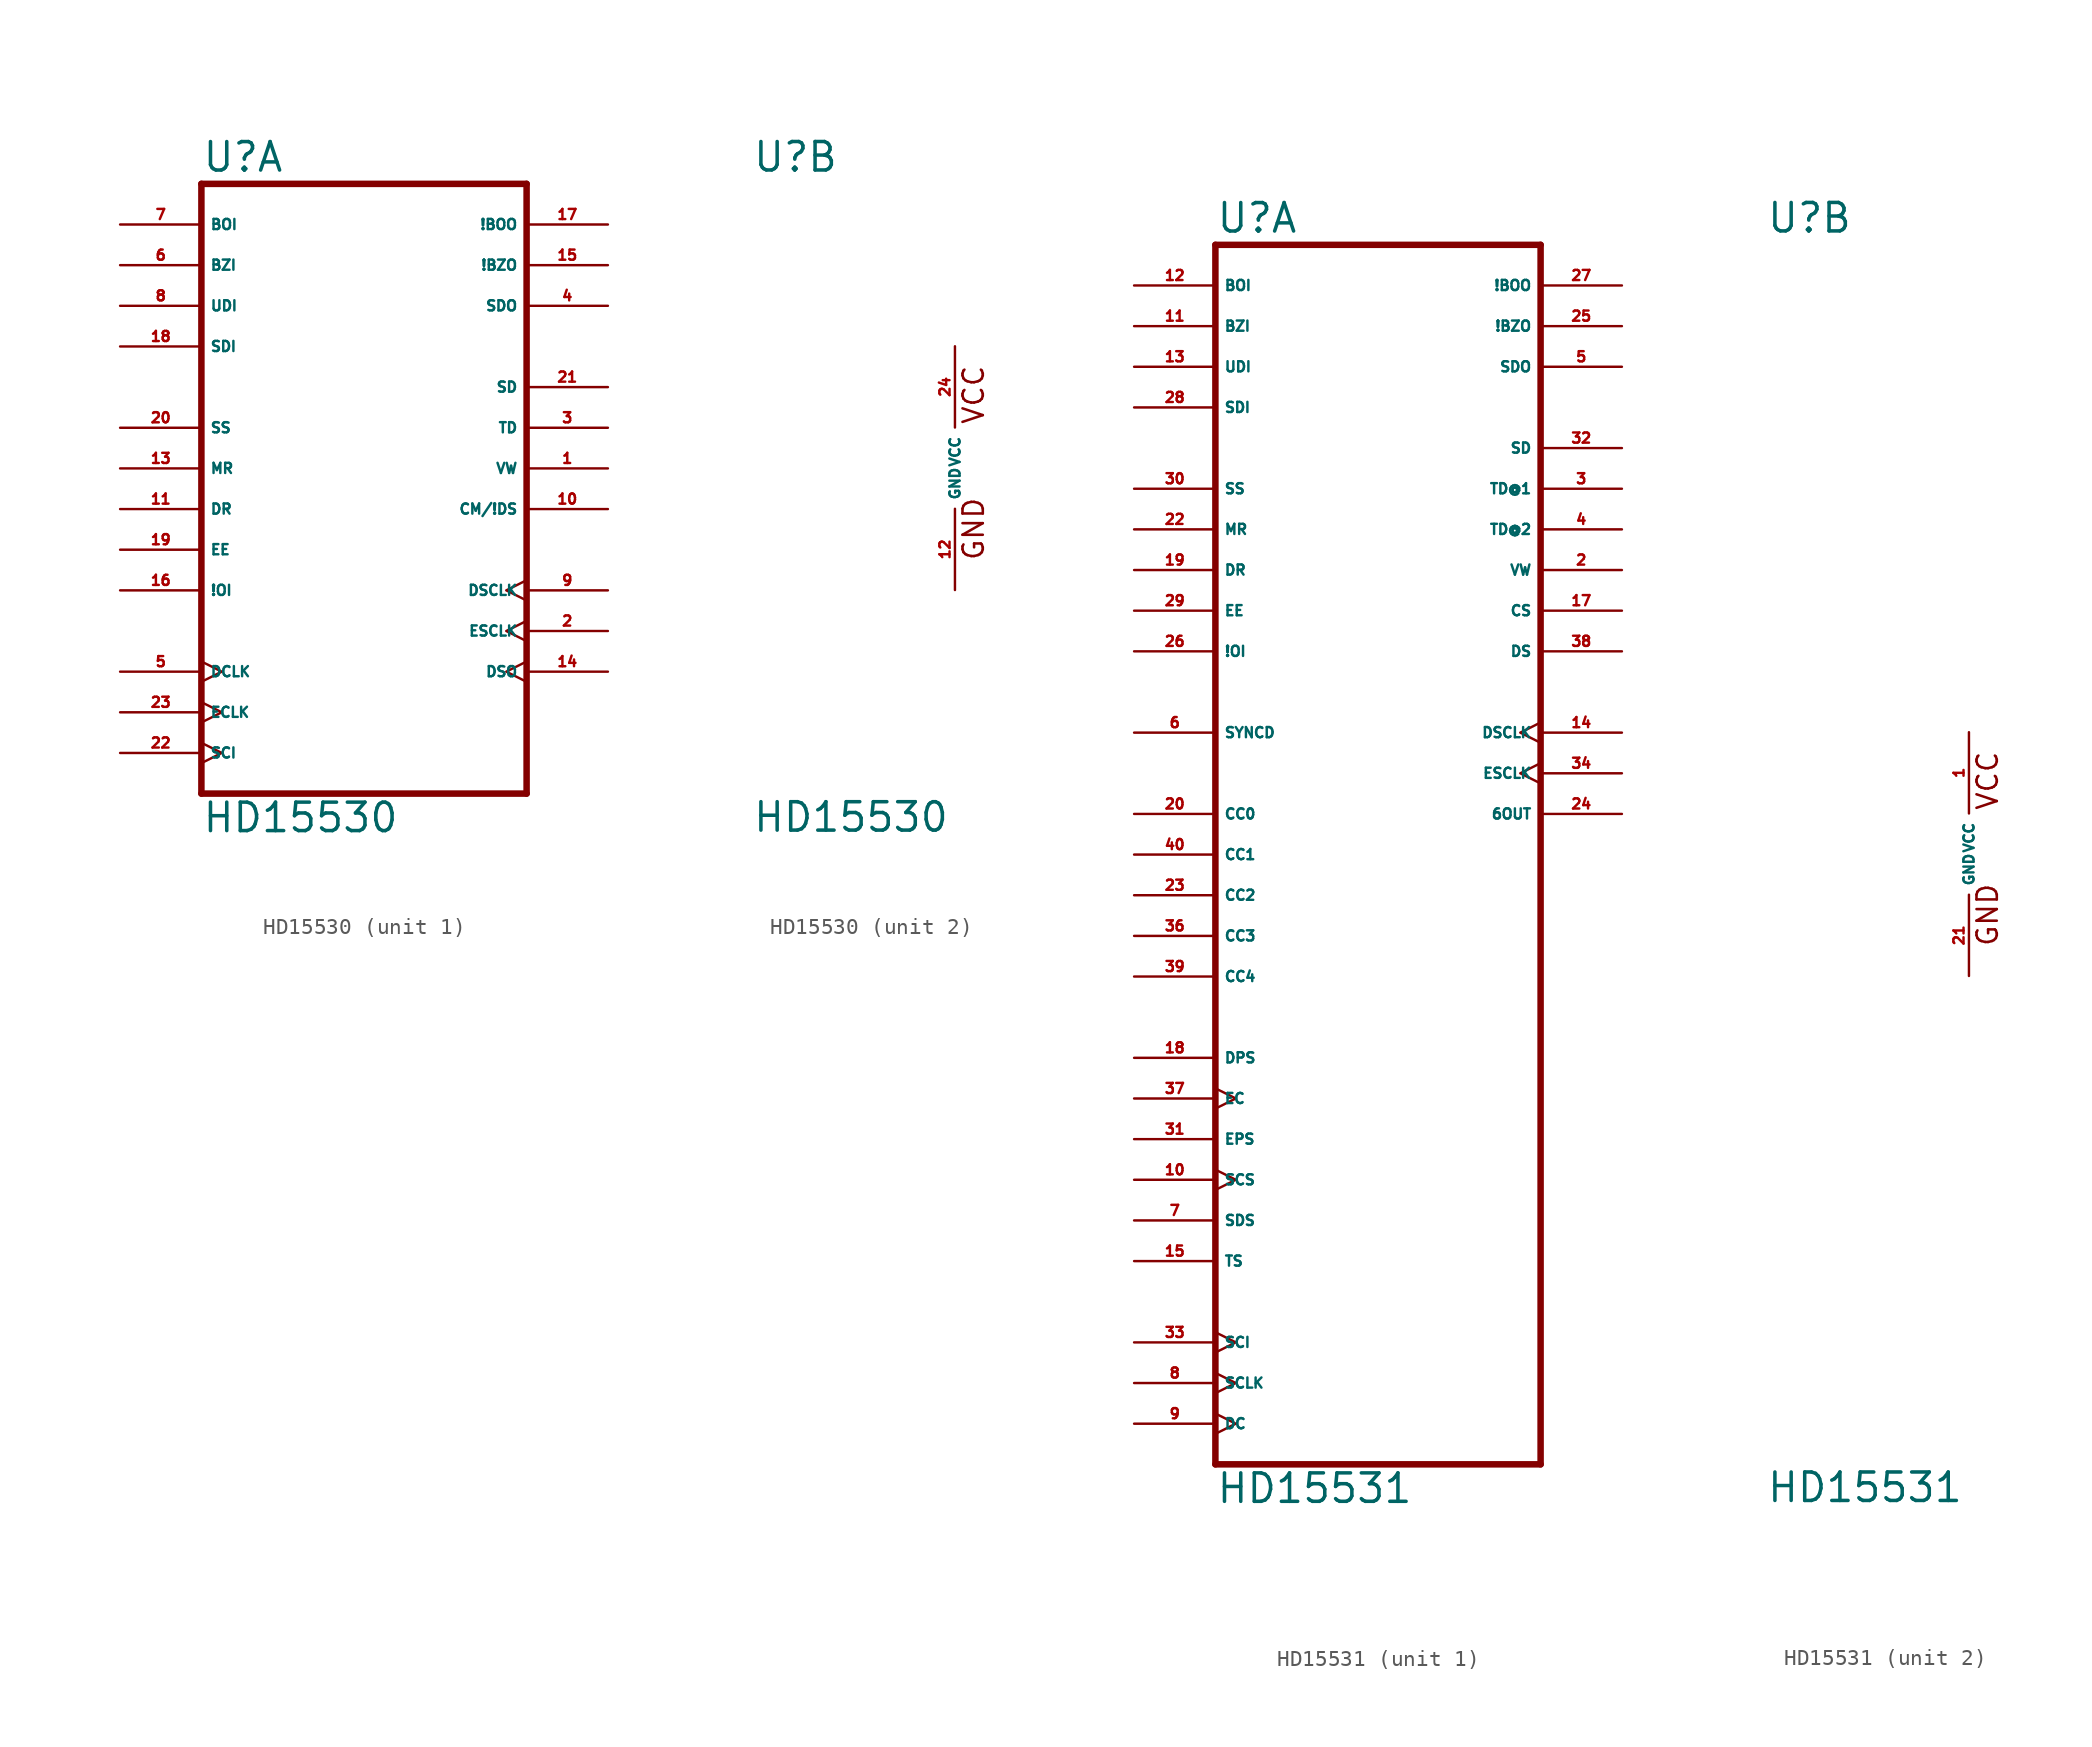
<source format=kicad_sym>
(kicad_symbol_lib
  (version 20220914)
  (generator Eagle2Kicad)
  (symbol "HD15530"
    (property "Reference" "U"
      (at -12.7 18.415 0)
      (effects (font (size 1.778 1.778) (thickness 0.22)) (justify left bottom)))
    (property "Value" "HD15530"
      (at -12.7 -22.86 0)
      (effects (font (size 1.778 1.778) (thickness 0.22)) (justify left bottom)))
    (symbol "HD15530_1_0"
      (polyline (pts (xy -12.7 -20.32) (xy 7.62 -20.32)) (stroke (width 0.406) (type default)) (fill (type none)))
      (polyline (pts (xy 7.62 -20.32) (xy 7.62 17.78)) (stroke (width 0.406) (type default)) (fill (type none)))
      (polyline (pts (xy 7.62 17.78) (xy -12.7 17.78)) (stroke (width 0.406) (type default)) (fill (type none)))
      (polyline (pts (xy -12.7 17.78) (xy -12.7 -20.32)) (stroke (width 0.406) (type default)) (fill (type none)))
      (pin output line (at 12.7 0 180) (length 5.08) (name "VW" (effects (font (size 0.635 0.635) (thickness 0.08)) (justify left bottom))) (number "1" (effects (font (size 0.635 0.635) (thickness 0.08)) (justify left bottom))))
      (pin output clock (at 12.7 -10.16 180) (length 5.08) (name "ESCLK" (effects (font (size 0.635 0.635) (thickness 0.08)) (justify left bottom))) (number "2" (effects (font (size 0.635 0.635) (thickness 0.08)) (justify left bottom))))
      (pin output line (at 12.7 2.54 180) (length 5.08) (name "TD" (effects (font (size 0.635 0.635) (thickness 0.08)) (justify left bottom))) (number "3" (effects (font (size 0.635 0.635) (thickness 0.08)) (justify left bottom))))
      (pin output line (at 12.7 10.16 180) (length 5.08) (name "SDO" (effects (font (size 0.635 0.635) (thickness 0.08)) (justify left bottom))) (number "4" (effects (font (size 0.635 0.635) (thickness 0.08)) (justify left bottom))))
      (pin input clock (at -17.78 -12.7 0) (length 5.08) (name "DCLK" (effects (font (size 0.635 0.635) (thickness 0.08)) (justify left bottom))) (number "5" (effects (font (size 0.635 0.635) (thickness 0.08)) (justify left bottom))))
      (pin input line (at -17.78 12.7 0) (length 5.08) (name "BZI" (effects (font (size 0.635 0.635) (thickness 0.08)) (justify left bottom))) (number "6" (effects (font (size 0.635 0.635) (thickness 0.08)) (justify left bottom))))
      (pin input line (at -17.78 15.24 0) (length 5.08) (name "BOI" (effects (font (size 0.635 0.635) (thickness 0.08)) (justify left bottom))) (number "7" (effects (font (size 0.635 0.635) (thickness 0.08)) (justify left bottom))))
      (pin input line (at -17.78 10.16 0) (length 5.08) (name "UDI" (effects (font (size 0.635 0.635) (thickness 0.08)) (justify left bottom))) (number "8" (effects (font (size 0.635 0.635) (thickness 0.08)) (justify left bottom))))
      (pin output clock (at 12.7 -7.62 180) (length 5.08) (name "DSCLK" (effects (font (size 0.635 0.635) (thickness 0.08)) (justify left bottom))) (number "9" (effects (font (size 0.635 0.635) (thickness 0.08)) (justify left bottom))))
      (pin output line (at 12.7 -2.54 180) (length 5.08) (name "CM/!DS" (effects (font (size 0.635 0.635) (thickness 0.08)) (justify left bottom))) (number "10" (effects (font (size 0.635 0.635) (thickness 0.08)) (justify left bottom))))
      (pin input line (at -17.78 -2.54 0) (length 5.08) (name "DR" (effects (font (size 0.635 0.635) (thickness 0.08)) (justify left bottom))) (number "11" (effects (font (size 0.635 0.635) (thickness 0.08)) (justify left bottom))))
      (pin input line (at -17.78 0 0) (length 5.08) (name "MR" (effects (font (size 0.635 0.635) (thickness 0.08)) (justify left bottom))) (number "13" (effects (font (size 0.635 0.635) (thickness 0.08)) (justify left bottom))))
      (pin output clock (at 12.7 -12.7 180) (length 5.08) (name "DSO" (effects (font (size 0.635 0.635) (thickness 0.08)) (justify left bottom))) (number "14" (effects (font (size 0.635 0.635) (thickness 0.08)) (justify left bottom))))
      (pin output line (at 12.7 12.7 180) (length 5.08) (name "!BZO" (effects (font (size 0.635 0.635) (thickness 0.08)) (justify left bottom))) (number "15" (effects (font (size 0.635 0.635) (thickness 0.08)) (justify left bottom))))
      (pin input line (at -17.78 -7.62 0) (length 5.08) (name "!OI" (effects (font (size 0.635 0.635) (thickness 0.08)) (justify left bottom))) (number "16" (effects (font (size 0.635 0.635) (thickness 0.08)) (justify left bottom))))
      (pin output line (at 12.7 15.24 180) (length 5.08) (name "!BOO" (effects (font (size 0.635 0.635) (thickness 0.08)) (justify left bottom))) (number "17" (effects (font (size 0.635 0.635) (thickness 0.08)) (justify left bottom))))
      (pin input line (at -17.78 7.62 0) (length 5.08) (name "SDI" (effects (font (size 0.635 0.635) (thickness 0.08)) (justify left bottom))) (number "18" (effects (font (size 0.635 0.635) (thickness 0.08)) (justify left bottom))))
      (pin input line (at -17.78 -5.08 0) (length 5.08) (name "EE" (effects (font (size 0.635 0.635) (thickness 0.08)) (justify left bottom))) (number "19" (effects (font (size 0.635 0.635) (thickness 0.08)) (justify left bottom))))
      (pin input line (at -17.78 2.54 0) (length 5.08) (name "SS" (effects (font (size 0.635 0.635) (thickness 0.08)) (justify left bottom))) (number "20" (effects (font (size 0.635 0.635) (thickness 0.08)) (justify left bottom))))
      (pin output line (at 12.7 5.08 180) (length 5.08) (name "SD" (effects (font (size 0.635 0.635) (thickness 0.08)) (justify left bottom))) (number "21" (effects (font (size 0.635 0.635) (thickness 0.08)) (justify left bottom))))
      (pin input clock (at -17.78 -17.78 0) (length 5.08) (name "SCI" (effects (font (size 0.635 0.635) (thickness 0.08)) (justify left bottom))) (number "22" (effects (font (size 0.635 0.635) (thickness 0.08)) (justify left bottom))))
      (pin input clock (at -17.78 -15.24 0) (length 5.08) (name "ECLK" (effects (font (size 0.635 0.635) (thickness 0.08)) (justify left bottom))) (number "23" (effects (font (size 0.635 0.635) (thickness 0.08)) (justify left bottom)))))
    (symbol "HD15530_2_0"
      (text "GND" (at 1.905 -5.842 900) (effects (font (size 1.27 1.27) (thickness 0.16)) (justify left bottom)))
      (text "VCC" (at 1.905 2.667 900) (effects (font (size 1.27 1.27) (thickness 0.16)) (justify left bottom)))
      (pin unspecified line (at 0 -7.62 90) (length 5.08) (name "GND" (effects (font (size 0.635 0.635) (thickness 0.08)) (justify left bottom))) (number "12" (effects (font (size 0.635 0.635) (thickness 0.08)) (justify left bottom))))
      (pin unspecified line (at 0 7.62 270) (length 5.08) (name "VCC" (effects (font (size 0.635 0.635) (thickness 0.08)) (justify left bottom))) (number "24" (effects (font (size 0.635 0.635) (thickness 0.08)) (justify left bottom))))))
  (symbol "HD15531"
    (property "Reference" "U"
      (at -12.7 38.735 0)
      (effects (font (size 1.778 1.778) (thickness 0.22)) (justify left bottom)))
    (property "Value" "HD15531"
      (at -12.7 -40.64 0)
      (effects (font (size 1.778 1.778) (thickness 0.22)) (justify left bottom)))
    (symbol "HD15531_1_0"
      (polyline (pts (xy -12.7 -38.1) (xy 7.62 -38.1)) (stroke (width 0.406) (type default)) (fill (type none)))
      (polyline (pts (xy 7.62 -38.1) (xy 7.62 38.1)) (stroke (width 0.406) (type default)) (fill (type none)))
      (polyline (pts (xy 7.62 38.1) (xy -12.7 38.1)) (stroke (width 0.406) (type default)) (fill (type none)))
      (polyline (pts (xy -12.7 38.1) (xy -12.7 -38.1)) (stroke (width 0.406) (type default)) (fill (type none)))
      (pin output line (at 12.7 17.78 180) (length 5.08) (name "VW" (effects (font (size 0.635 0.635) (thickness 0.08)) (justify left bottom))) (number "2" (effects (font (size 0.635 0.635) (thickness 0.08)) (justify left bottom))))
      (pin output line (at 12.7 22.86 180) (length 5.08) (name "TD@1" (effects (font (size 0.635 0.635) (thickness 0.08)) (justify left bottom))) (number "3" (effects (font (size 0.635 0.635) (thickness 0.08)) (justify left bottom))))
      (pin output line (at 12.7 20.32 180) (length 5.08) (name "TD@2" (effects (font (size 0.635 0.635) (thickness 0.08)) (justify left bottom))) (number "4" (effects (font (size 0.635 0.635) (thickness 0.08)) (justify left bottom))))
      (pin output line (at 12.7 30.48 180) (length 5.08) (name "SDO" (effects (font (size 0.635 0.635) (thickness 0.08)) (justify left bottom))) (number "5" (effects (font (size 0.635 0.635) (thickness 0.08)) (justify left bottom))))
      (pin input line (at -17.78 7.62 0) (length 5.08) (name "SYNCD" (effects (font (size 0.635 0.635) (thickness 0.08)) (justify left bottom))) (number "6" (effects (font (size 0.635 0.635) (thickness 0.08)) (justify left bottom))))
      (pin input line (at -17.78 -22.86 0) (length 5.08) (name "SDS" (effects (font (size 0.635 0.635) (thickness 0.08)) (justify left bottom))) (number "7" (effects (font (size 0.635 0.635) (thickness 0.08)) (justify left bottom))))
      (pin input clock (at -17.78 -33.02 0) (length 5.08) (name "SCLK" (effects (font (size 0.635 0.635) (thickness 0.08)) (justify left bottom))) (number "8" (effects (font (size 0.635 0.635) (thickness 0.08)) (justify left bottom))))
      (pin input clock (at -17.78 -35.56 0) (length 5.08) (name "DC" (effects (font (size 0.635 0.635) (thickness 0.08)) (justify left bottom))) (number "9" (effects (font (size 0.635 0.635) (thickness 0.08)) (justify left bottom))))
      (pin input clock (at -17.78 -20.32 0) (length 5.08) (name "SCS" (effects (font (size 0.635 0.635) (thickness 0.08)) (justify left bottom))) (number "10" (effects (font (size 0.635 0.635) (thickness 0.08)) (justify left bottom))))
      (pin input line (at -17.78 33.02 0) (length 5.08) (name "BZI" (effects (font (size 0.635 0.635) (thickness 0.08)) (justify left bottom))) (number "11" (effects (font (size 0.635 0.635) (thickness 0.08)) (justify left bottom))))
      (pin input line (at -17.78 35.56 0) (length 5.08) (name "BOI" (effects (font (size 0.635 0.635) (thickness 0.08)) (justify left bottom))) (number "12" (effects (font (size 0.635 0.635) (thickness 0.08)) (justify left bottom))))
      (pin input line (at -17.78 30.48 0) (length 5.08) (name "UDI" (effects (font (size 0.635 0.635) (thickness 0.08)) (justify left bottom))) (number "13" (effects (font (size 0.635 0.635) (thickness 0.08)) (justify left bottom))))
      (pin output clock (at 12.7 7.62 180) (length 5.08) (name "DSCLK" (effects (font (size 0.635 0.635) (thickness 0.08)) (justify left bottom))) (number "14" (effects (font (size 0.635 0.635) (thickness 0.08)) (justify left bottom))))
      (pin input line (at -17.78 -25.4 0) (length 5.08) (name "TS" (effects (font (size 0.635 0.635) (thickness 0.08)) (justify left bottom))) (number "15" (effects (font (size 0.635 0.635) (thickness 0.08)) (justify left bottom))))
      (pin output line (at 12.7 15.24 180) (length 5.08) (name "CS" (effects (font (size 0.635 0.635) (thickness 0.08)) (justify left bottom))) (number "17" (effects (font (size 0.635 0.635) (thickness 0.08)) (justify left bottom))))
      (pin input line (at -17.78 -12.7 0) (length 5.08) (name "DPS" (effects (font (size 0.635 0.635) (thickness 0.08)) (justify left bottom))) (number "18" (effects (font (size 0.635 0.635) (thickness 0.08)) (justify left bottom))))
      (pin input line (at -17.78 17.78 0) (length 5.08) (name "DR" (effects (font (size 0.635 0.635) (thickness 0.08)) (justify left bottom))) (number "19" (effects (font (size 0.635 0.635) (thickness 0.08)) (justify left bottom))))
      (pin input line (at -17.78 2.54 0) (length 5.08) (name "CC0" (effects (font (size 0.635 0.635) (thickness 0.08)) (justify left bottom))) (number "20" (effects (font (size 0.635 0.635) (thickness 0.08)) (justify left bottom))))
      (pin input line (at -17.78 20.32 0) (length 5.08) (name "MR" (effects (font (size 0.635 0.635) (thickness 0.08)) (justify left bottom))) (number "22" (effects (font (size 0.635 0.635) (thickness 0.08)) (justify left bottom))))
      (pin input line (at -17.78 -2.54 0) (length 5.08) (name "CC2" (effects (font (size 0.635 0.635) (thickness 0.08)) (justify left bottom))) (number "23" (effects (font (size 0.635 0.635) (thickness 0.08)) (justify left bottom))))
      (pin output line (at 12.7 2.54 180) (length 5.08) (name "6OUT" (effects (font (size 0.635 0.635) (thickness 0.08)) (justify left bottom))) (number "24" (effects (font (size 0.635 0.635) (thickness 0.08)) (justify left bottom))))
      (pin output line (at 12.7 33.02 180) (length 5.08) (name "!BZO" (effects (font (size 0.635 0.635) (thickness 0.08)) (justify left bottom))) (number "25" (effects (font (size 0.635 0.635) (thickness 0.08)) (justify left bottom))))
      (pin input line (at -17.78 12.7 0) (length 5.08) (name "!OI" (effects (font (size 0.635 0.635) (thickness 0.08)) (justify left bottom))) (number "26" (effects (font (size 0.635 0.635) (thickness 0.08)) (justify left bottom))))
      (pin output line (at 12.7 35.56 180) (length 5.08) (name "!BOO" (effects (font (size 0.635 0.635) (thickness 0.08)) (justify left bottom))) (number "27" (effects (font (size 0.635 0.635) (thickness 0.08)) (justify left bottom))))
      (pin input line (at -17.78 27.94 0) (length 5.08) (name "SDI" (effects (font (size 0.635 0.635) (thickness 0.08)) (justify left bottom))) (number "28" (effects (font (size 0.635 0.635) (thickness 0.08)) (justify left bottom))))
      (pin input line (at -17.78 15.24 0) (length 5.08) (name "EE" (effects (font (size 0.635 0.635) (thickness 0.08)) (justify left bottom))) (number "29" (effects (font (size 0.635 0.635) (thickness 0.08)) (justify left bottom))))
      (pin input line (at -17.78 22.86 0) (length 5.08) (name "SS" (effects (font (size 0.635 0.635) (thickness 0.08)) (justify left bottom))) (number "30" (effects (font (size 0.635 0.635) (thickness 0.08)) (justify left bottom))))
      (pin input line (at -17.78 -17.78 0) (length 5.08) (name "EPS" (effects (font (size 0.635 0.635) (thickness 0.08)) (justify left bottom))) (number "31" (effects (font (size 0.635 0.635) (thickness 0.08)) (justify left bottom))))
      (pin output line (at 12.7 25.4 180) (length 5.08) (name "SD" (effects (font (size 0.635 0.635) (thickness 0.08)) (justify left bottom))) (number "32" (effects (font (size 0.635 0.635) (thickness 0.08)) (justify left bottom))))
      (pin input clock (at -17.78 -30.48 0) (length 5.08) (name "SCI" (effects (font (size 0.635 0.635) (thickness 0.08)) (justify left bottom))) (number "33" (effects (font (size 0.635 0.635) (thickness 0.08)) (justify left bottom))))
      (pin output clock (at 12.7 5.08 180) (length 5.08) (name "ESCLK" (effects (font (size 0.635 0.635) (thickness 0.08)) (justify left bottom))) (number "34" (effects (font (size 0.635 0.635) (thickness 0.08)) (justify left bottom))))
      (pin input line (at -17.78 -5.08 0) (length 5.08) (name "CC3" (effects (font (size 0.635 0.635) (thickness 0.08)) (justify left bottom))) (number "36" (effects (font (size 0.635 0.635) (thickness 0.08)) (justify left bottom))))
      (pin input clock (at -17.78 -15.24 0) (length 5.08) (name "EC" (effects (font (size 0.635 0.635) (thickness 0.08)) (justify left bottom))) (number "37" (effects (font (size 0.635 0.635) (thickness 0.08)) (justify left bottom))))
      (pin output line (at 12.7 12.7 180) (length 5.08) (name "DS" (effects (font (size 0.635 0.635) (thickness 0.08)) (justify left bottom))) (number "38" (effects (font (size 0.635 0.635) (thickness 0.08)) (justify left bottom))))
      (pin input line (at -17.78 -7.62 0) (length 5.08) (name "CC4" (effects (font (size 0.635 0.635) (thickness 0.08)) (justify left bottom))) (number "39" (effects (font (size 0.635 0.635) (thickness 0.08)) (justify left bottom))))
      (pin input line (at -17.78 0 0) (length 5.08) (name "CC1" (effects (font (size 0.635 0.635) (thickness 0.08)) (justify left bottom))) (number "40" (effects (font (size 0.635 0.635) (thickness 0.08)) (justify left bottom)))))
    (symbol "HD15531_2_0"
      (text "GND" (at 1.905 -5.842 900) (effects (font (size 1.27 1.27) (thickness 0.16)) (justify left bottom)))
      (text "VCC" (at 1.905 2.667 900) (effects (font (size 1.27 1.27) (thickness 0.16)) (justify left bottom)))
      (pin unspecified line (at 0 -7.62 90) (length 5.08) (name "GND" (effects (font (size 0.635 0.635) (thickness 0.08)) (justify left bottom))) (number "21" (effects (font (size 0.635 0.635) (thickness 0.08)) (justify left bottom))))
      (pin unspecified line (at 0 7.62 270) (length 5.08) (name "VCC" (effects (font (size 0.635 0.635) (thickness 0.08)) (justify left bottom))) (number "1" (effects (font (size 0.635 0.635) (thickness 0.08)) (justify left bottom)))))))
</source>
